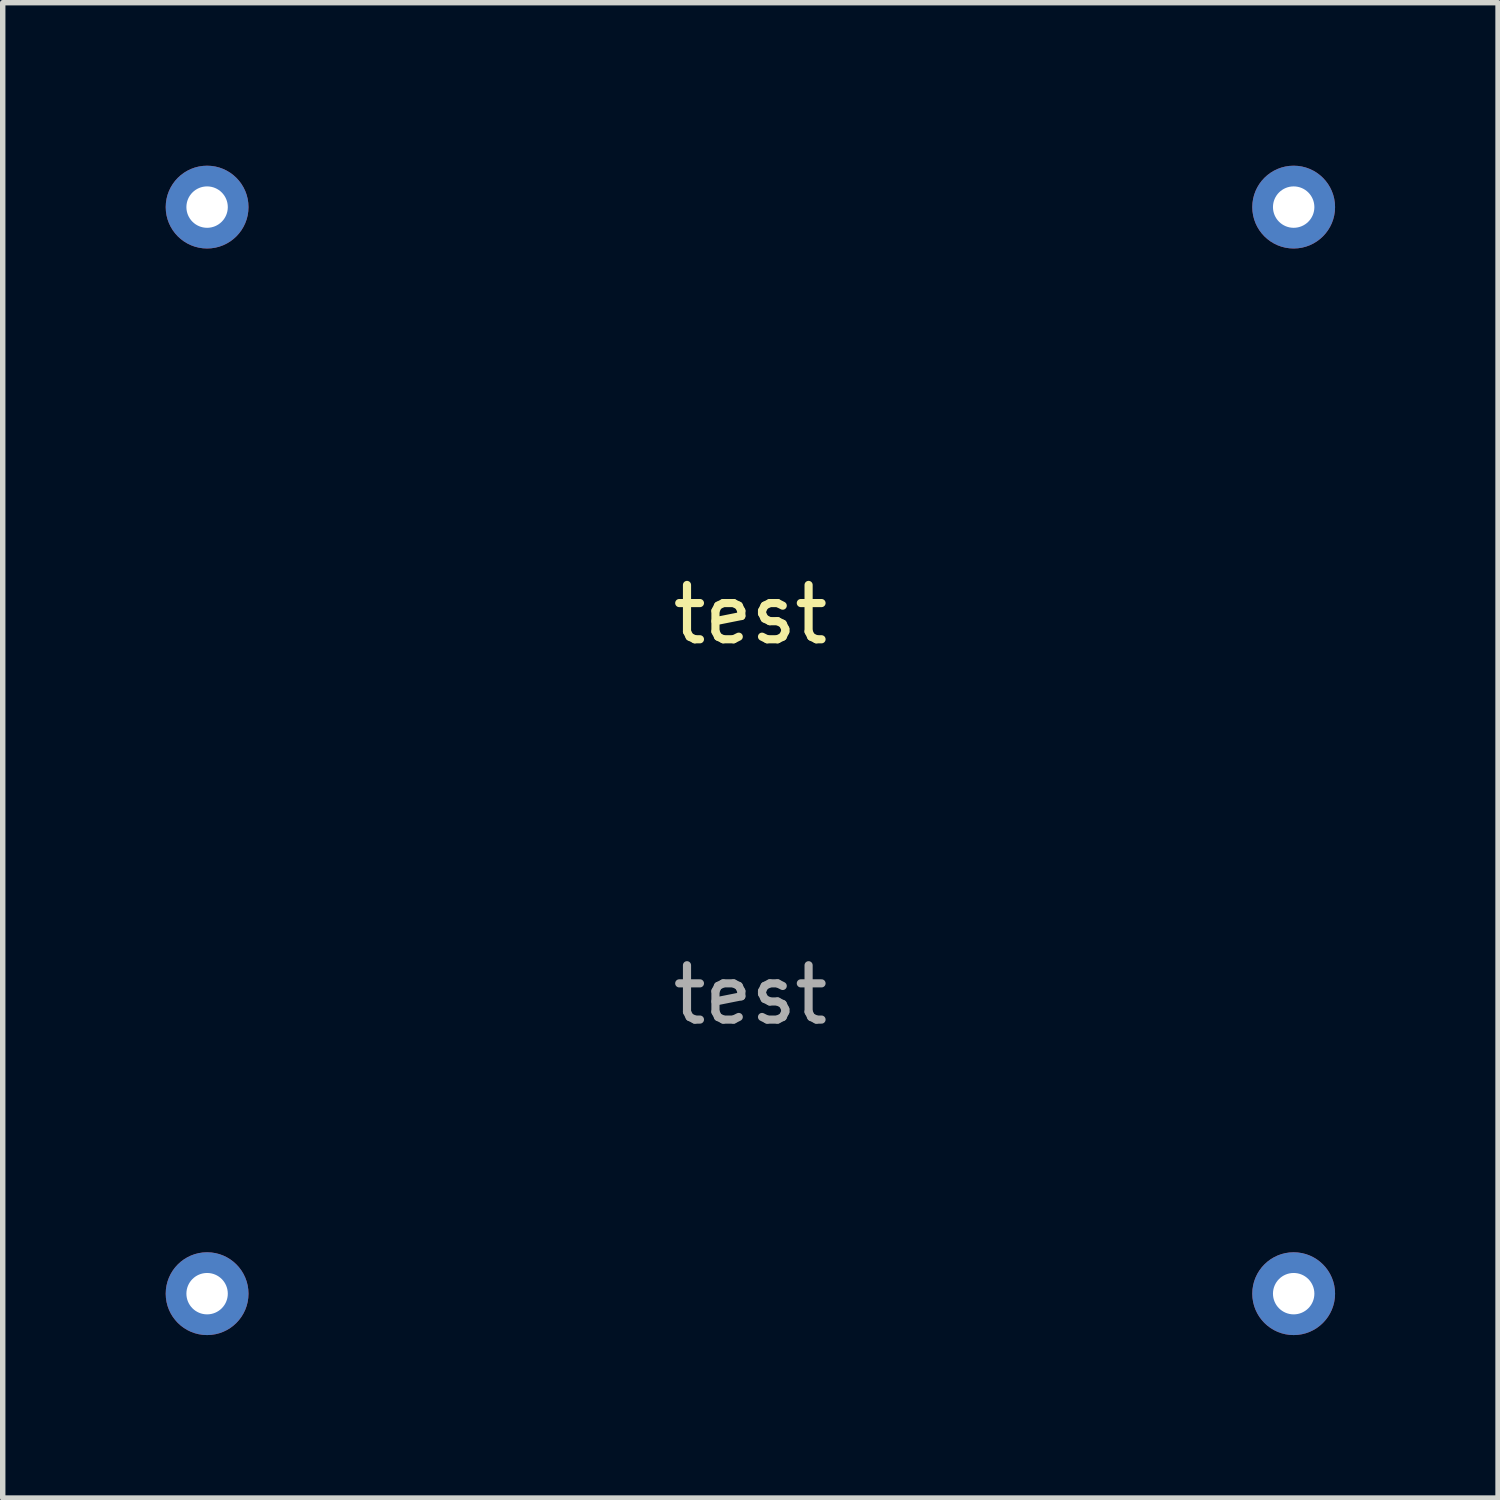
<source format=kicad_pcb>
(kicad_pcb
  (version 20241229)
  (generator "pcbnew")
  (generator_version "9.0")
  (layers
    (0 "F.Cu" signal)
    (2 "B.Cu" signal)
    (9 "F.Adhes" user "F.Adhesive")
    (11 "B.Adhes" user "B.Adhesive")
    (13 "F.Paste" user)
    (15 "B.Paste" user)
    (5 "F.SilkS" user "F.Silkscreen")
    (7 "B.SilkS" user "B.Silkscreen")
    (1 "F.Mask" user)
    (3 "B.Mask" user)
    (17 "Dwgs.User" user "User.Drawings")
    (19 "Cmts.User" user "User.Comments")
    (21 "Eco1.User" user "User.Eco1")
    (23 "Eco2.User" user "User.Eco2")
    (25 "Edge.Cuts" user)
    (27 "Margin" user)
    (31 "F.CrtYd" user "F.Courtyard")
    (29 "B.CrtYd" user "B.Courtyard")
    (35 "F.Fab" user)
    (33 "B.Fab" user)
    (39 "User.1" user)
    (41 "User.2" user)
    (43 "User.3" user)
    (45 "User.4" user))
  (footprint "test"
    (layer "F.Cu")
    (at 10.762 10.762)
    (property "Reference" "test" (at 0 -2.5 0) (unlocked yes) (layer "F.SilkS") (effects (font (size 1 1) (thickness 0.15))))
    (attr through_hole)
    (fp_text user "${REFERENCE}" (at 0 4.5 0) (unlocked yes) (layer "F.Fab") (effects (font (size 1 1) (thickness 0.15))))
    (pad "1" thru_hole circle (at -10 -10) (size 1.524 1.524) (drill 0.762) (layers "*.Cu" "*.Mask"))
    (pad "2" thru_hole circle (at 10 -10) (size 1.524 1.524) (drill 0.762) (layers "*.Cu" "*.Mask"))
    (pad "3" thru_hole circle (at 10 10) (size 1.524 1.524) (drill 0.762) (layers "*.Cu" "*.Mask"))
    (pad "4" thru_hole circle (at -10 10) (size 1.524 1.524) (drill 0.762) (layers "*.Cu" "*.Mask")))
  (gr_rect
    (start -3 -3)
    (end 24.524 24.524)
    (stroke (width 0.1) (type default))
    (fill no)
    (layer "Edge.Cuts")))
</source>
